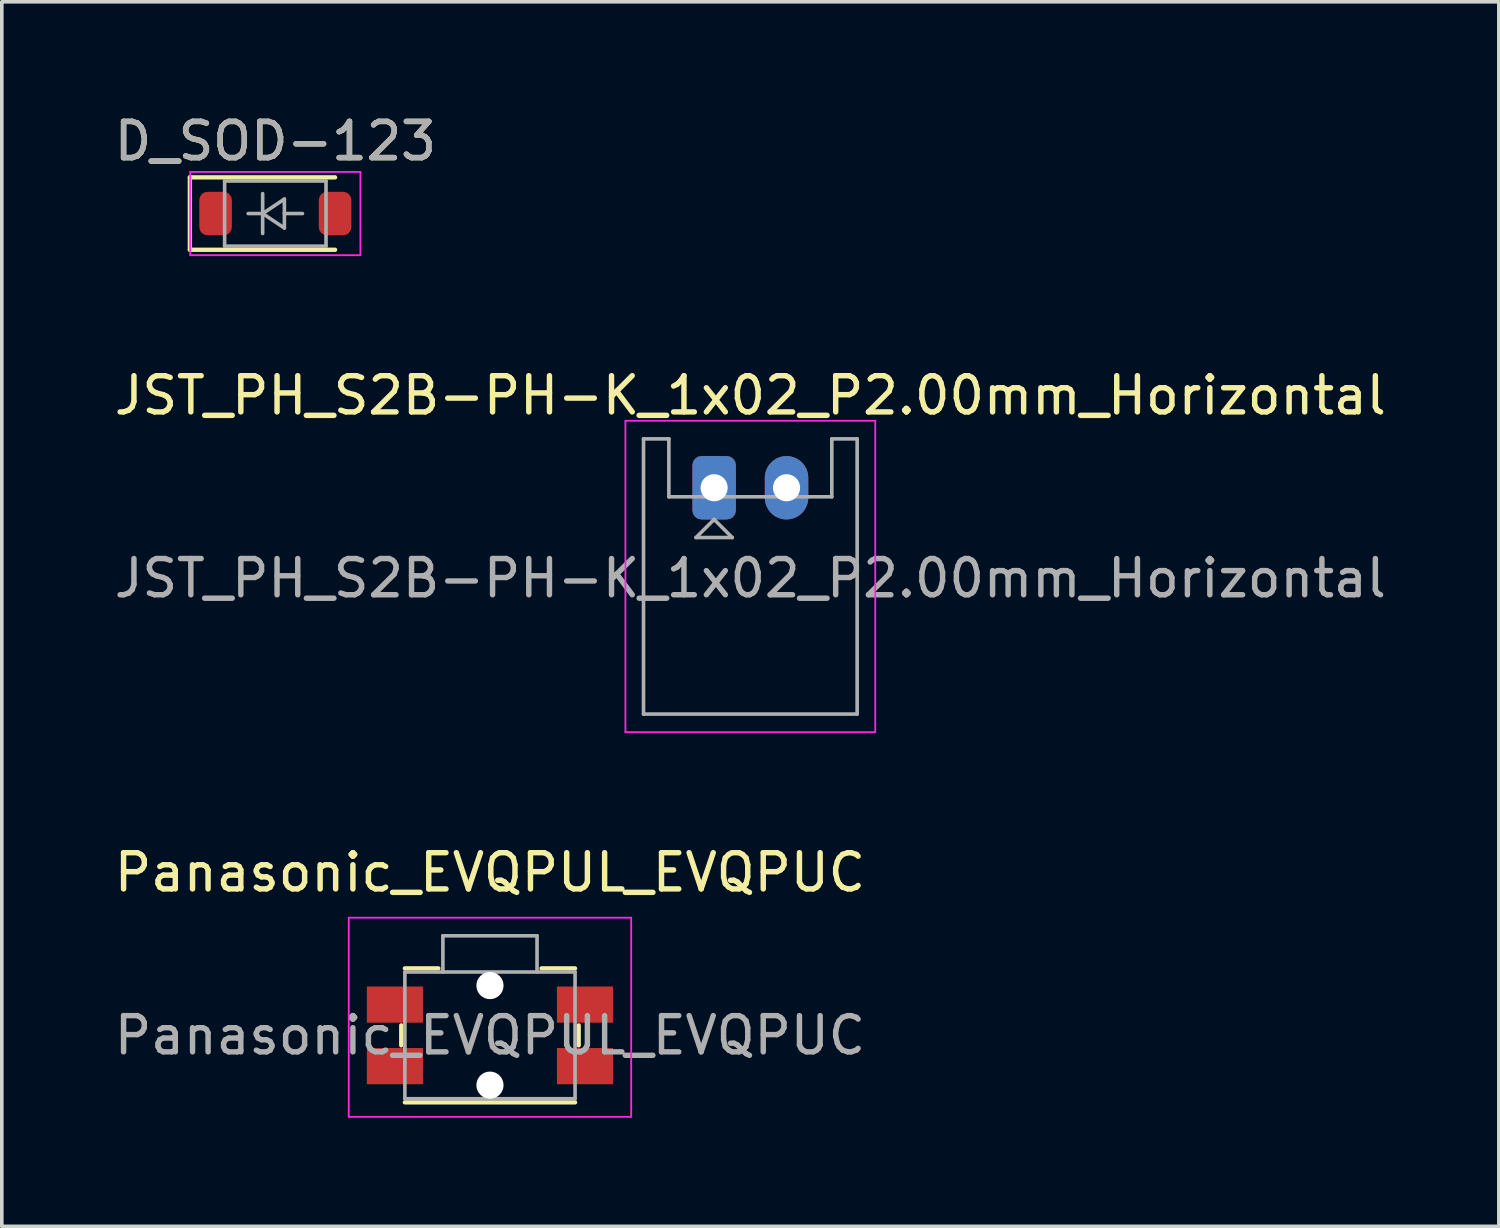
<source format=kicad_pcb>
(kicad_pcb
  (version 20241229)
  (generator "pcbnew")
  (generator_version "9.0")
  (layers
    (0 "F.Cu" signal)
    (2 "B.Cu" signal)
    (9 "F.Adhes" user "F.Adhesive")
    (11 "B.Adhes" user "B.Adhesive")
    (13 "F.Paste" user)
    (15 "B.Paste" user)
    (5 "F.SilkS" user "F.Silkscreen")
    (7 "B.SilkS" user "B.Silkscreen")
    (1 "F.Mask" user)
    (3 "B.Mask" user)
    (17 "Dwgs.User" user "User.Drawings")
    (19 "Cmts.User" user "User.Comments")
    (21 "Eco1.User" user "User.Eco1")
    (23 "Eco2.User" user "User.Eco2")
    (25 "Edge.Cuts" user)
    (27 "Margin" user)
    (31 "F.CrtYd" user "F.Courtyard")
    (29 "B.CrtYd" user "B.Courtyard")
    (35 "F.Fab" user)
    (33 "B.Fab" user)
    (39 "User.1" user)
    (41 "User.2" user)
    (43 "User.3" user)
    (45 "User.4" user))
  (footprint "JST_PH_S2B-PH-K_1x02_P2.00mm_Horizontal"
    (layer "F.Cu")
    (at 16.673 10.421)
    (property "Reference" "JST_PH_S2B-PH-K_1x02_P2.00mm_Horizontal" (at 1 -2.55 0) (layer "F.SilkS") (effects (font (size 1 1) (thickness 0.15))))
    (attr through_hole)
    (fp_line (start -2.45 -1.85) (end -2.45 6.75) (stroke (width 0.05) (type solid)) (layer "F.CrtYd"))
    (fp_line (start -2.45 6.75) (end 4.45 6.75) (stroke (width 0.05) (type solid)) (layer "F.CrtYd"))
    (fp_line (start 4.45 -1.85) (end -2.45 -1.85) (stroke (width 0.05) (type solid)) (layer "F.CrtYd"))
    (fp_line (start 4.45 6.75) (end 4.45 -1.85) (stroke (width 0.05) (type solid)) (layer "F.CrtYd"))
    (fp_line (start -1.95 -1.35) (end -1.95 6.25) (stroke (width 0.1) (type solid)) (layer "F.Fab"))
    (fp_line (start -1.95 6.25) (end 3.95 6.25) (stroke (width 0.1) (type solid)) (layer "F.Fab"))
    (fp_line (start -1.25 -1.35) (end -1.95 -1.35) (stroke (width 0.1) (type solid)) (layer "F.Fab"))
    (fp_line (start -1.25 0.25) (end -1.25 -1.35) (stroke (width 0.1) (type solid)) (layer "F.Fab"))
    (fp_line (start -0.5 1.375) (end 0.5 1.375) (stroke (width 0.1) (type solid)) (layer "F.Fab"))
    (fp_line (start 0 0.875) (end -0.5 1.375) (stroke (width 0.1) (type solid)) (layer "F.Fab"))
    (fp_line (start 0.5 1.375) (end 0 0.875) (stroke (width 0.1) (type solid)) (layer "F.Fab"))
    (fp_line (start 3.25 -1.35) (end 3.25 0.25) (stroke (width 0.1) (type solid)) (layer "F.Fab"))
    (fp_line (start 3.25 0.25) (end -1.25 0.25) (stroke (width 0.1) (type solid)) (layer "F.Fab"))
    (fp_line (start 3.95 -1.35) (end 3.25 -1.35) (stroke (width 0.1) (type solid)) (layer "F.Fab"))
    (fp_line (start 3.95 6.25) (end 3.95 -1.35) (stroke (width 0.1) (type solid)) (layer "F.Fab"))
    (fp_text user "${REFERENCE}" (at 1 2.5 0) (layer "F.Fab") (effects (font (size 1 1) (thickness 0.15))))
    (pad "1" thru_hole roundrect (at 0 0) (size 1.2 1.75) (drill 0.75) (layers "*.Cu" "*.Mask") (roundrect_rratio 0.208))
    (pad "2" thru_hole oval (at 2 0) (size 1.2 1.75) (drill 0.75) (layers "*.Cu" "*.Mask")))
  (footprint "D_SOD-123"
    (layer "F.Cu")
    (at 4.554 2.848)
    (property "Reference" "D_SOD-123" (at 0 -2 0) (layer "F.SilkS") (effects (font (size 1 1) (thickness 0.15))))
    (attr smd)
    (fp_line (start -2.36 -1) (end -2.36 1) (stroke (width 0.12) (type solid)) (layer "F.SilkS"))
    (fp_line (start -2.36 -1) (end 1.65 -1) (stroke (width 0.12) (type solid)) (layer "F.SilkS"))
    (fp_line (start -2.36 1) (end 1.65 1) (stroke (width 0.12) (type solid)) (layer "F.SilkS"))
    (fp_line (start -2.35 -1.15) (end -2.35 1.15) (stroke (width 0.05) (type solid)) (layer "F.CrtYd"))
    (fp_line (start -2.35 -1.15) (end 2.35 -1.15) (stroke (width 0.05) (type solid)) (layer "F.CrtYd"))
    (fp_line (start 2.35 -1.15) (end 2.35 1.15) (stroke (width 0.05) (type solid)) (layer "F.CrtYd"))
    (fp_line (start 2.35 1.15) (end -2.35 1.15) (stroke (width 0.05) (type solid)) (layer "F.CrtYd"))
    (fp_line (start -1.4 -0.9) (end 1.4 -0.9) (stroke (width 0.1) (type solid)) (layer "F.Fab"))
    (fp_line (start -1.4 0.9) (end -1.4 -0.9) (stroke (width 0.1) (type solid)) (layer "F.Fab"))
    (fp_line (start -0.75 0) (end -0.35 0) (stroke (width 0.1) (type solid)) (layer "F.Fab"))
    (fp_line (start -0.35 0) (end -0.35 -0.55) (stroke (width 0.1) (type solid)) (layer "F.Fab"))
    (fp_line (start -0.35 0) (end -0.35 0.55) (stroke (width 0.1) (type solid)) (layer "F.Fab"))
    (fp_line (start -0.35 0) (end 0.25 -0.4) (stroke (width 0.1) (type solid)) (layer "F.Fab"))
    (fp_line (start 0.25 -0.4) (end 0.25 0.4) (stroke (width 0.1) (type solid)) (layer "F.Fab"))
    (fp_line (start 0.25 0) (end 0.75 0) (stroke (width 0.1) (type solid)) (layer "F.Fab"))
    (fp_line (start 0.25 0.4) (end -0.35 0) (stroke (width 0.1) (type solid)) (layer "F.Fab"))
    (fp_line (start 1.4 -0.9) (end 1.4 0.9) (stroke (width 0.1) (type solid)) (layer "F.Fab"))
    (fp_line (start 1.4 0.9) (end -1.4 0.9) (stroke (width 0.1) (type solid)) (layer "F.Fab"))
    (fp_text user "${REFERENCE}" (at 0 -2 0) (layer "F.Fab") (effects (font (size 1 1) (thickness 0.15))))
    (pad "1" smd roundrect (at -1.65 0 180) (size 0.9 1.2) (layers "F.Cu" "F.Mask" "F.Paste") (roundrect_rratio 0.25))
    (pad "2" smd roundrect (at 1.65 0 180) (size 0.9 1.2) (layers "F.Cu" "F.Mask" "F.Paste") (roundrect_rratio 0.25)))
  (footprint "Panasonic_EVQPUL_EVQPUC"
    (layer "F.Cu")
    (at 10.482 25.545)
    (property "Reference" "Panasonic_EVQPUL_EVQPUC" (at 0 -4.5 0) (layer "F.SilkS") (effects (font (size 1 1) (thickness 0.15))))
    (attr smd)
    (fp_line (start -2.45 0.275) (end -2.45 -0.275) (stroke (width 0.12) (type solid)) (layer "F.SilkS"))
    (fp_line (start -1.425 -1.85) (end -2.35 -1.85) (stroke (width 0.12) (type solid)) (layer "F.SilkS"))
    (fp_line (start 2.35 -1.85) (end 1.425 -1.85) (stroke (width 0.12) (type solid)) (layer "F.SilkS"))
    (fp_line (start 2.35 1.85) (end -2.35 1.85) (stroke (width 0.12) (type solid)) (layer "F.SilkS"))
    (fp_line (start 2.45 0.275) (end 2.45 -0.275) (stroke (width 0.12) (type solid)) (layer "F.SilkS"))
    (fp_line (start -3.9 2.25) (end -3.9 -3.25) (stroke (width 0.05) (type solid)) (layer "F.CrtYd"))
    (fp_line (start 3.9 -3.25) (end -3.9 -3.25) (stroke (width 0.05) (type solid)) (layer "F.CrtYd"))
    (fp_line (start 3.9 2.25) (end -3.9 2.25) (stroke (width 0.05) (type solid)) (layer "F.CrtYd"))
    (fp_line (start 3.9 2.25) (end 3.9 -3.25) (stroke (width 0.05) (type solid)) (layer "F.CrtYd"))
    (fp_line (start -2.35 1.75) (end -2.35 -1.75) (stroke (width 0.1) (type solid)) (layer "F.Fab"))
    (fp_line (start -1.3 -2.75) (end -1.3 -1.75) (stroke (width 0.1) (type solid)) (layer "F.Fab"))
    (fp_line (start 1.3 -2.75) (end -1.3 -2.75) (stroke (width 0.1) (type solid)) (layer "F.Fab"))
    (fp_line (start 1.3 -2.75) (end 1.3 -1.75) (stroke (width 0.1) (type solid)) (layer "F.Fab"))
    (fp_line (start 2.35 -1.75) (end -2.35 -1.75) (stroke (width 0.1) (type solid)) (layer "F.Fab"))
    (fp_line (start 2.35 1.75) (end -2.35 1.75) (stroke (width 0.1) (type solid)) (layer "F.Fab"))
    (fp_line (start 2.35 1.75) (end 2.35 -1.75) (stroke (width 0.1) (type solid)) (layer "F.Fab"))
    (fp_text user "${REFERENCE}" (at 0 0 0) (layer "F.Fab") (effects (font (size 1 1) (thickness 0.15))))
    (pad "" np_thru_hole circle (at 0 -1.375) (size 0.75 0.75) (drill 0.75) (layers "*.Cu" "*.Mask"))
    (pad "" np_thru_hole circle (at 0 1.375) (size 0.75 0.75) (drill 0.75) (layers "*.Cu" "*.Mask"))
    (pad "1" smd rect (at -2.625 -0.85) (size 1.55 1) (layers "F.Cu" "F.Mask" "F.Paste"))
    (pad "1" smd rect (at 2.625 -0.85) (size 1.55 1) (layers "F.Cu" "F.Mask" "F.Paste"))
    (pad "2" smd rect (at -2.625 0.85) (size 1.55 1) (layers "F.Cu" "F.Mask" "F.Paste"))
    (pad "2" smd rect (at 2.625 0.85) (size 1.55 1) (layers "F.Cu" "F.Mask" "F.Paste")))
  (gr_rect
    (start -3 -3)
    (end 38.345 30.82)
    (stroke (width 0.1) (type default))
    (fill no)
    (layer "Edge.Cuts")))
</source>
